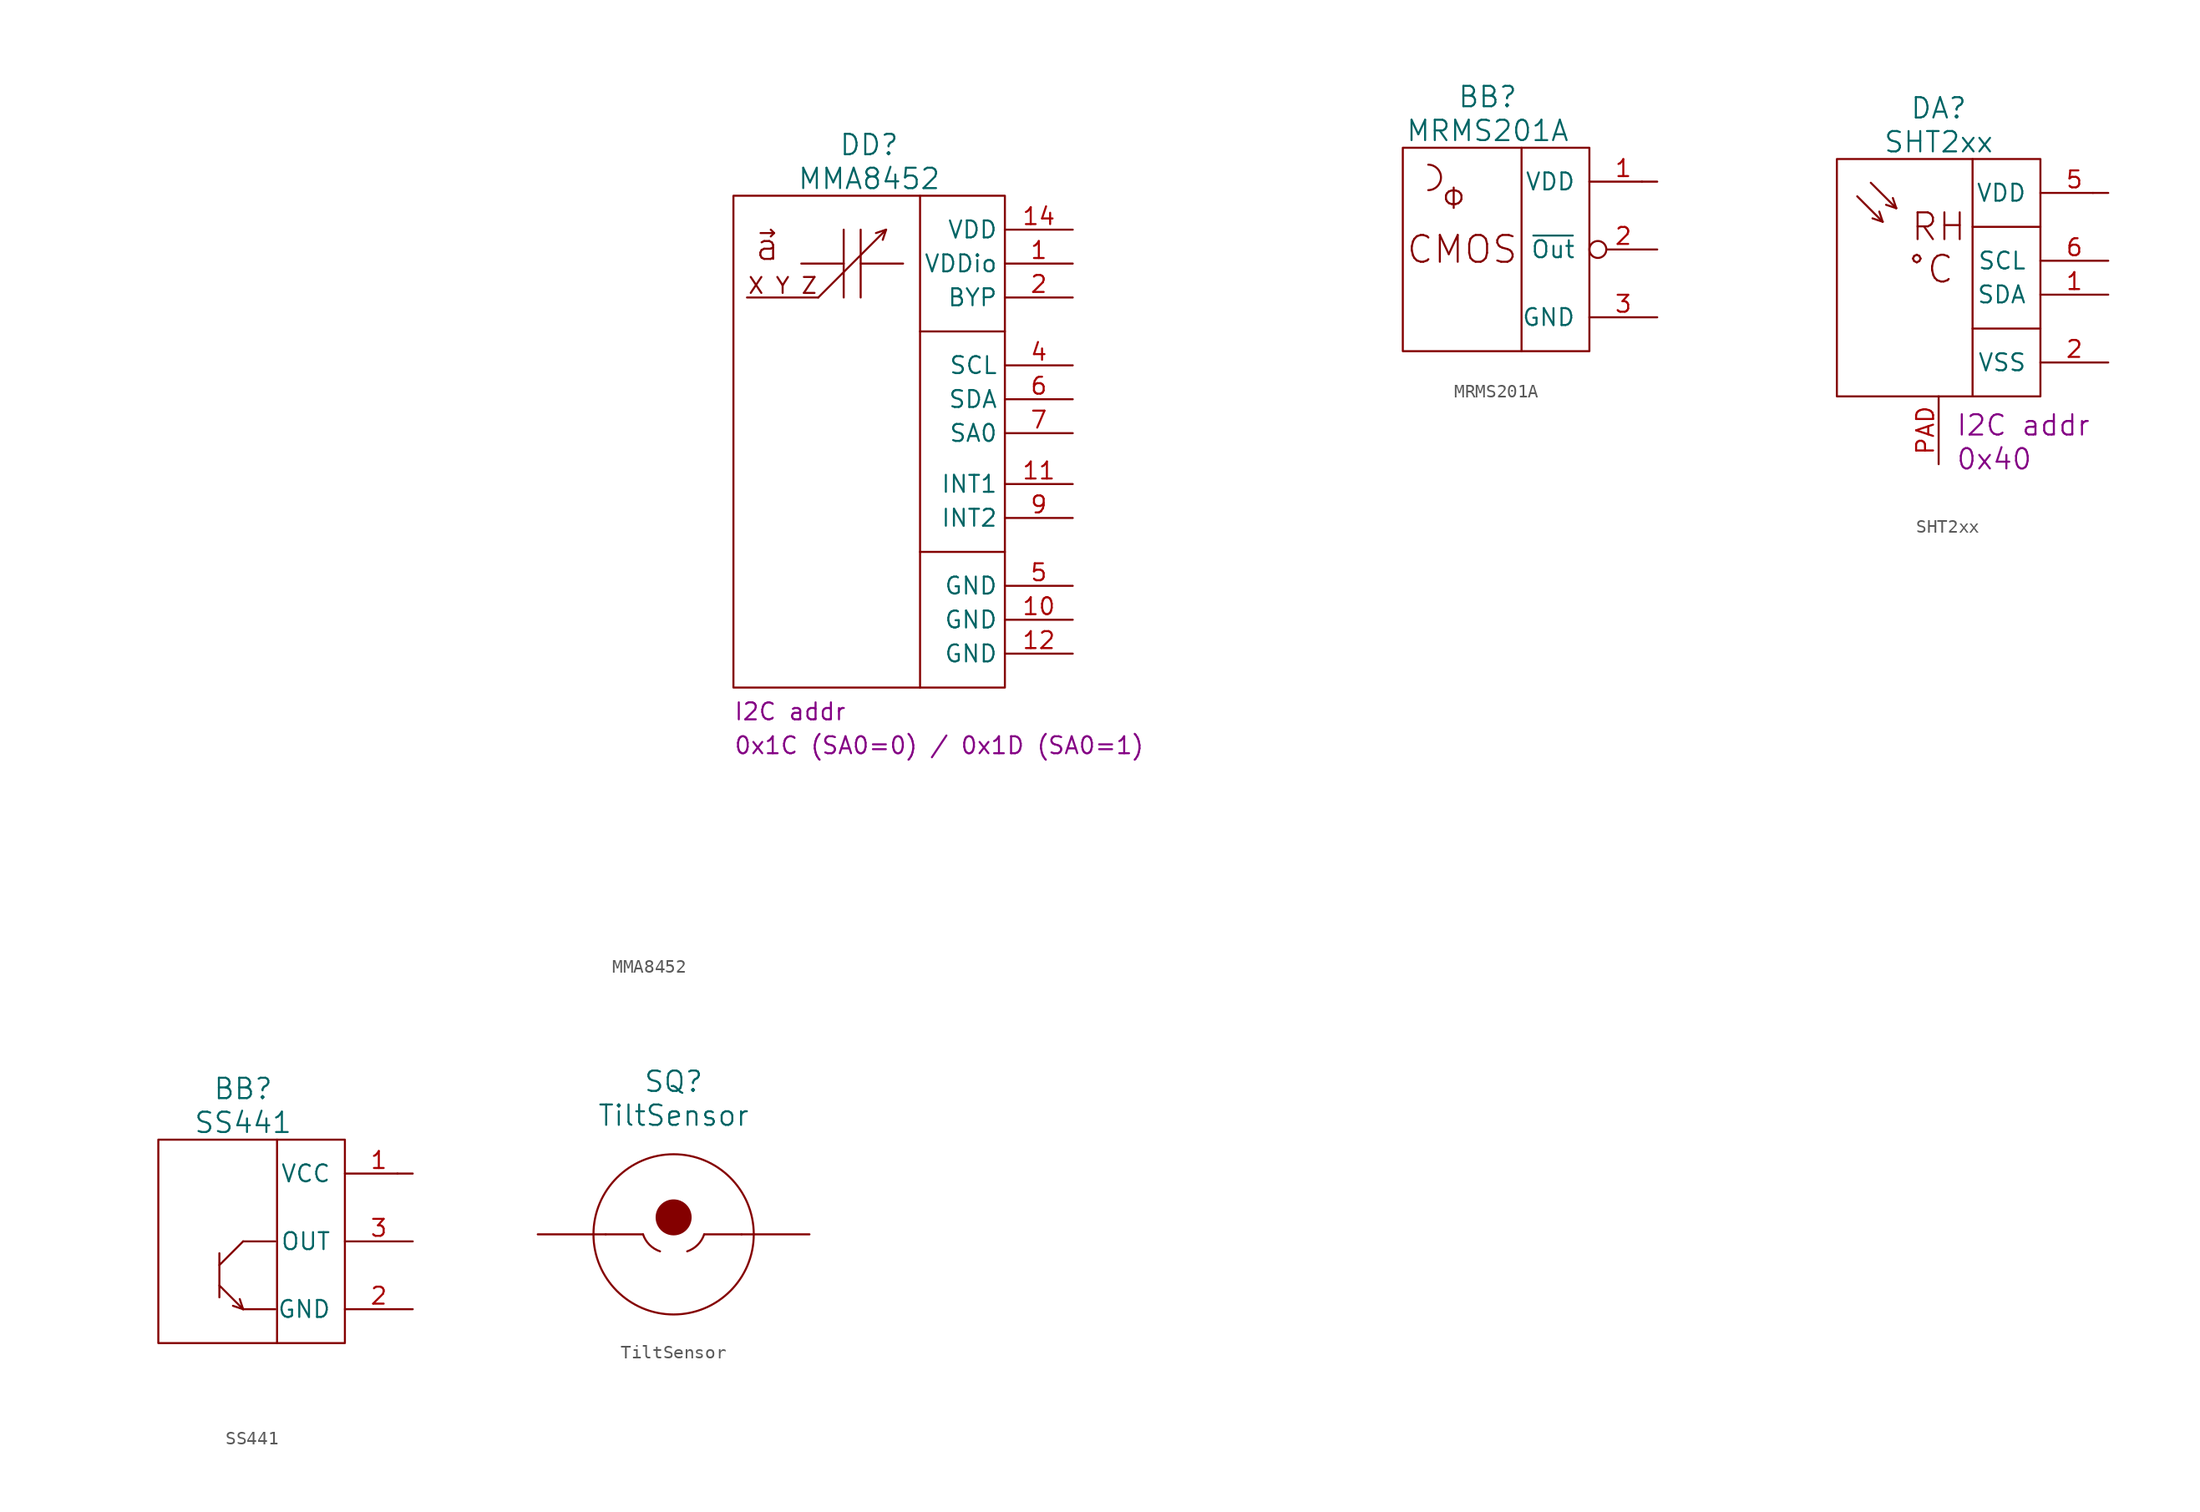
<source format=kicad_sym>
(kicad_symbol_lib
  (version 20220914)
  (generator kicad_symbol_editor)
  (symbol "MMA8452"
    (property "Reference" "DD"
      (at 0 21.59 0)
      (effects (font (size 1.524 1.524))))
    (property "Value" "MMA8452"
      (at 0 19.05 0)
      (effects (font (size 1.524 1.524))))
    (property "Datasheet" ""
      (at -53.34 -33.02 0)
      (effects (font (size 1.524 1.524))))
    (property "I2C" "I2C addr"
      (at -10.16 -21.59 0)
      (effects (font (size 1.27 1.27)) (justify left bottom)))
    (property "Addr" "0x1C (SA0=0) / 0x1D (SA0=1)"
      (at -10.16 -24.13 0)
      (effects (font (size 1.27 1.27)) (justify left bottom)))
    (symbol "MMA8452_0_0"
      (polyline (pts (xy -8.128 14.986) (xy -7.112 14.986)) (stroke (width 0) (type solid)) (fill (type none)))
      (polyline (pts (xy -3.81 10.16) (xy -9.144 10.16)) (stroke (width 0) (type solid)) (fill (type none)))
      (polyline (pts (xy 10.16 -8.89) (xy 3.81 -8.89)) (stroke (width 0) (type solid)) (fill (type none)))
      (polyline (pts (xy -7.366 14.732) (xy -7.112 14.986) (xy -7.366 15.24)) (stroke (width 0) (type solid)) (fill (type none)))
      (text "a" (at -7.62 13.97 0) (effects (font (size 2.007 2.007))))
      (text "X Y Z" (at -6.477 11.049 0) (effects (font (size 1.194 1.194)))))
    (symbol "MMA8452_0_1"
      (rectangle (start -10.16 17.78) (end 10.16 -19.05) (stroke (width 0) (type solid)) (fill (type none)))
      (polyline (pts (xy -1.905 10.16) (xy -1.905 15.24)) (stroke (width 0) (type solid)) (fill (type none)))
      (polyline (pts (xy -1.905 12.7) (xy -5.08 12.7)) (stroke (width 0) (type solid)) (fill (type none)))
      (polyline (pts (xy -0.635 10.16) (xy -0.635 15.24)) (stroke (width 0) (type solid)) (fill (type none)))
      (polyline (pts (xy -0.635 12.7) (xy 2.54 12.7)) (stroke (width 0) (type solid)) (fill (type none)))
      (polyline (pts (xy 1.27 15.24) (xy -3.81 10.16)) (stroke (width 0) (type solid)) (fill (type none)))
      (polyline (pts (xy 3.81 17.78) (xy 3.81 -19.05)) (stroke (width 0) (type solid)) (fill (type none)))
      (polyline (pts (xy 10.16 7.62) (xy 3.81 7.62)) (stroke (width 0) (type solid)) (fill (type none)))
      (polyline (pts (xy 0.508 14.986) (xy 1.27 15.24) (xy 1.016 14.478)) (stroke (width 0) (type solid)) (fill (type none))))
    (symbol "MMA8452_1_1"
      (pin power_in line (at 15.24 12.7 180) (length 5.08) (name "VDDio" (effects (font (size 1.27 1.27)))) (number "1" (effects (font (size 1.27 1.27)))))
      (pin power_in line (at 15.24 -13.97 180) (length 5.08) (name "GND" (effects (font (size 1.27 1.27)))) (number "10" (effects (font (size 1.27 1.27)))))
      (pin passive line (at 15.24 -3.81 180) (length 5.08) (name "INT1" (effects (font (size 1.27 1.27)))) (number "11" (effects (font (size 1.27 1.27)))))
      (pin power_in line (at 15.24 -16.51 180) (length 5.08) (name "GND" (effects (font (size 1.27 1.27)))) (number "12" (effects (font (size 1.27 1.27)))))
      (pin no_connect line (at -2.54 -24.13 90) (length 5.08) hide (name "NC" (effects (font (size 1.27 1.27)))) (number "13" (effects (font (size 1.27 1.27)))))
      (pin power_in line (at 15.24 15.24 180) (length 5.08) (name "VDD" (effects (font (size 1.27 1.27)))) (number "14" (effects (font (size 1.27 1.27)))))
      (pin no_connect line (at 0 -24.13 90) (length 5.08) hide (name "NC" (effects (font (size 1.27 1.27)))) (number "15" (effects (font (size 1.27 1.27)))))
      (pin no_connect line (at 2.54 -24.13 90) (length 5.08) hide (name "NC" (effects (font (size 1.27 1.27)))) (number "16" (effects (font (size 1.27 1.27)))))
      (pin passive line (at 15.24 10.16 180) (length 5.08) (name "BYP" (effects (font (size 1.27 1.27)))) (number "2" (effects (font (size 1.27 1.27)))))
      (pin no_connect line (at -7.62 -24.13 90) (length 5.08) hide (name "NC" (effects (font (size 1.27 1.27)))) (number "3" (effects (font (size 1.27 1.27)))))
      (pin passive line (at 15.24 5.08 180) (length 5.08) (name "SCL" (effects (font (size 1.27 1.27)))) (number "4" (effects (font (size 1.27 1.27)))))
      (pin power_in line (at 15.24 -11.43 180) (length 5.08) (name "GND" (effects (font (size 1.27 1.27)))) (number "5" (effects (font (size 1.27 1.27)))))
      (pin passive line (at 15.24 2.54 180) (length 5.08) (name "SDA" (effects (font (size 1.27 1.27)))) (number "6" (effects (font (size 1.27 1.27)))))
      (pin passive line (at 15.24 0 180) (length 5.08) (name "SA0" (effects (font (size 1.27 1.27)))) (number "7" (effects (font (size 1.27 1.27)))))
      (pin no_connect line (at -5.08 -24.13 90) (length 5.08) hide (name "NC" (effects (font (size 1.27 1.27)))) (number "8" (effects (font (size 1.27 1.27)))))
      (pin passive line (at 15.24 -6.35 180) (length 5.08) (name "INT2" (effects (font (size 1.27 1.27)))) (number "9" (effects (font (size 1.27 1.27)))))))
  (symbol "MRMS201A"
    (pin_names
      (offset 1.016))
    (property "Reference" "BB"
      (at 0 11.43 0)
      (effects (font (size 1.524 1.524))))
    (property "Value" "MRMS201A"
      (at 0 8.89 0)
      (effects (font (size 1.524 1.524))))
    (property "Datasheet" ""
      (at -11.43 5.08 0)
      (effects (font (size 1.524 1.524))))
    (symbol "MRMS201A_0_0"
      (arc (start -4.445 4.445) (mid -3.4966 5.3975) (end -4.445 6.35) (stroke (width 0) (type solid)) (fill (type none)))
      (polyline (pts (xy 2.54 7.62) (xy 2.54 -7.62)) (stroke (width 0) (type solid)) (fill (type none)))
      (text "CMOS" (at -1.905 0 0) (effects (font (size 2.007 2.007))))
      (text "Ф" (at -2.54 3.81 0) (effects (font (size 1.524 1.524)))))
    (symbol "MRMS201A_0_1"
      (rectangle (start -6.35 7.62) (end 7.62 -7.62) (stroke (width 0) (type solid)) (fill (type none)))
      (polyline (pts (xy 11.557 5.08) (xy 11.557 5.08)) (stroke (width 0) (type solid)) (fill (type none))))
    (symbol "MRMS201A_1_1"
      (pin power_in line (at 12.7 5.08 180) (length 5.08) (name "VDD" (effects (font (size 1.27 1.27)))) (number "1" (effects (font (size 1.27 1.27)))))
      (pin output inverted (at 12.7 0 180) (length 5.08) (name "~{Out}" (effects (font (size 1.27 1.27)))) (number "2" (effects (font (size 1.27 1.27)))))
      (pin power_in line (at 12.7 -5.08 180) (length 5.08) (name "GND" (effects (font (size 1.27 1.27)))) (number "3" (effects (font (size 1.27 1.27)))))))
  (symbol "SHT2xx"
    (pin_names
      (offset 1.016))
    (property "Reference" "DA"
      (at 0 12.7 0)
      (effects (font (size 1.524 1.524))))
    (property "Value" "SHT2xx"
      (at 0 10.16 0)
      (effects (font (size 1.524 1.524))))
    (property "Datasheet" ""
      (at -11.43 6.35 0)
      (effects (font (size 1.524 1.524))))
    (property "I2C" "I2C addr"
      (at 1.27 -10.16 0)
      (effects (font (size 1.524 1.524)) (justify left top)))
    (property "Addr" "0x40"
      (at 1.27 -12.7 0)
      (effects (font (size 1.524 1.524)) (justify left top)))
    (symbol "SHT2xx_0_0"
      (polyline (pts (xy -4.191 4.191) (xy -6.096 6.096)) (stroke (width 0) (type solid)) (fill (type none)))
      (polyline (pts (xy -4.191 4.191) (xy -4.953 4.445)) (stroke (width 0) (type solid)) (fill (type none)))
      (polyline (pts (xy -4.191 4.191) (xy -4.445 4.953)) (stroke (width 0) (type solid)) (fill (type none)))
      (polyline (pts (xy -3.175 5.207) (xy -5.08 7.112)) (stroke (width 0) (type solid)) (fill (type none)))
      (polyline (pts (xy -3.175 5.207) (xy -3.937 5.461)) (stroke (width 0) (type solid)) (fill (type none)))
      (polyline (pts (xy -3.175 5.207) (xy -3.429 5.969)) (stroke (width 0) (type solid)) (fill (type none)))
      (polyline (pts (xy 2.54 8.89) (xy 2.54 -8.89)) (stroke (width 0) (type solid)) (fill (type none)))
      (text "RH" (at 0 3.81 0) (effects (font (size 2.007 2.007))))
      (text "°C" (at -0.635 0.635 0) (effects (font (size 2.007 2.007)))))
    (symbol "SHT2xx_0_1"
      (rectangle (start -7.62 8.89) (end 7.62 -8.89) (stroke (width 0) (type solid)) (fill (type none)))
      (polyline (pts (xy 7.62 -3.81) (xy 2.54 -3.81)) (stroke (width 0) (type solid)) (fill (type none)))
      (polyline (pts (xy 7.62 3.81) (xy 2.54 3.81)) (stroke (width 0) (type solid)) (fill (type none)))
      (polyline (pts (xy 11.557 6.35) (xy 11.557 6.35)) (stroke (width 0) (type solid)) (fill (type none))))
    (symbol "SHT2xx_1_1"
      (pin passive line (at 12.7 -1.27 180) (length 5.08) (name "SDA" (effects (font (size 1.27 1.27)))) (number "1" (effects (font (size 1.27 1.27)))))
      (pin power_in line (at 12.7 -6.35 180) (length 5.08) (name "VSS" (effects (font (size 1.27 1.27)))) (number "2" (effects (font (size 1.27 1.27)))))
      (pin no_connect line (at 12.7 -10.16 180) (length 5.08) hide (name "NC" (effects (font (size 1.27 1.27)))) (number "3" (effects (font (size 1.27 1.27)))))
      (pin no_connect line (at 12.7 -12.7 180) (length 5.08) hide (name "NC" (effects (font (size 1.27 1.27)))) (number "4" (effects (font (size 1.27 1.27)))))
      (pin power_in line (at 12.7 6.35 180) (length 5.08) (name "VDD" (effects (font (size 1.27 1.27)))) (number "5" (effects (font (size 1.27 1.27)))))
      (pin passive line (at 12.7 1.27 180) (length 5.08) (name "SCL" (effects (font (size 1.27 1.27)))) (number "6" (effects (font (size 1.27 1.27)))))
      (pin passive line (at 0 -13.97 90) (length 5.08) (name "~" (effects (font (size 1.27 1.27)))) (number "PAD" (effects (font (size 1.27 1.27)))))))
  (symbol "SS441"
    (pin_names
      (offset 1.016))
    (property "Reference" "BB"
      (at 0 11.43 0)
      (effects (font (size 1.524 1.524))))
    (property "Value" "SS441"
      (at 0 8.89 0)
      (effects (font (size 1.524 1.524))))
    (property "Footprint" ""
      (at 0.635 -11.049 0)
      (effects (font (size 1.524 1.524))))
    (property "Datasheet" ""
      (at -11.43 5.08 0)
      (effects (font (size 1.524 1.524))))
    (symbol "SS441_0_0"
      (polyline (pts (xy 2.54 7.62) (xy 2.54 -7.62)) (stroke (width 0) (type solid)) (fill (type none))))
    (symbol "SS441_0_1"
      (rectangle (start -6.35 7.62) (end 7.62 -7.62) (stroke (width 0) (type solid)) (fill (type none)))
      (polyline (pts (xy -1.778 -4.191) (xy -1.778 -0.889)) (stroke (width 0) (type solid)) (fill (type none)))
      (polyline (pts (xy -1.778 -3.302) (xy 0 -5.08)) (stroke (width 0) (type solid)) (fill (type none)))
      (polyline (pts (xy -1.778 -1.778) (xy 0 0)) (stroke (width 0) (type solid)) (fill (type none)))
      (polyline (pts (xy 0 -5.08) (xy -0.762 -4.826)) (stroke (width 0) (type solid)) (fill (type none)))
      (polyline (pts (xy 0 -5.08) (xy -0.254 -4.318)) (stroke (width 0) (type solid)) (fill (type none)))
      (polyline (pts (xy 2.413 -5.08) (xy 0 -5.08)) (stroke (width 0) (type solid)) (fill (type none)))
      (polyline (pts (xy 2.413 0) (xy 0 0)) (stroke (width 0) (type solid)) (fill (type none)))
      (polyline (pts (xy 11.557 5.08) (xy 11.557 5.08)) (stroke (width 0) (type solid)) (fill (type none))))
    (symbol "SS441_1_1"
      (pin power_in line (at 12.7 5.08 180) (length 5.08) (name "VCC" (effects (font (size 1.27 1.27)))) (number "1" (effects (font (size 1.27 1.27)))))
      (pin power_in line (at 12.7 -5.08 180) (length 5.08) (name "GND" (effects (font (size 1.27 1.27)))) (number "2" (effects (font (size 1.27 1.27)))))
      (pin open_collector line (at 12.7 0 180) (length 5.08) (name "OUT" (effects (font (size 1.27 1.27)))) (number "3" (effects (font (size 1.27 1.27)))))))
  (symbol "TiltSensor"
    (pin_numbers hide)
    (pin_names
      (offset 1.016) hide)
    (property "Reference" "SQ"
      (at 0 11.43 0)
      (effects (font (size 1.524 1.524))))
    (property "Value" "TiltSensor"
      (at 0 8.89 0)
      (effects (font (size 1.524 1.524))))
    (property "Footprint" ""
      (at -10.16 0 0)
      (effects (font (size 1.524 1.524))))
    (property "Datasheet" ""
      (at -10.16 0 0)
      (effects (font (size 1.524 1.524))))
    (symbol "TiltSensor_0_0"
      (circle (center 0 0) (radius 5.994) (stroke (width 0) (type solid)) (fill (type none))))
    (symbol "TiltSensor_0_1"
      (arc (start -2.286 0) (mid -1.8009 -0.7849) (end -1.016 -1.27) (stroke (width 0) (type solid)) (fill (type none)))
      (polyline (pts (xy -5.08 0) (xy -2.286 0)) (stroke (width 0) (type solid)) (fill (type none)))
      (polyline (pts (xy 2.286 0) (xy 5.08 0)) (stroke (width 0) (type solid)) (fill (type none)))
      (circle (center 0 1.27) (radius 1.27) (stroke (width 0) (type solid)) (fill (type outline)))
      (arc (start 1.016 -1.27) (mid 1.8009 -0.7849) (end 2.286 0) (stroke (width 0) (type solid)) (fill (type none))))
    (symbol "TiltSensor_1_1"
      (pin passive line (at -10.16 0 0) (length 5.08) (name "1" (effects (font (size 1.27 1.27)))) (number "1" (effects (font (size 1.27 1.27)))))
      (pin passive line (at 10.16 0 180) (length 5.08) (name "2" (effects (font (size 1.27 1.27)))) (number "2" (effects (font (size 1.27 1.27))))))))
</source>
